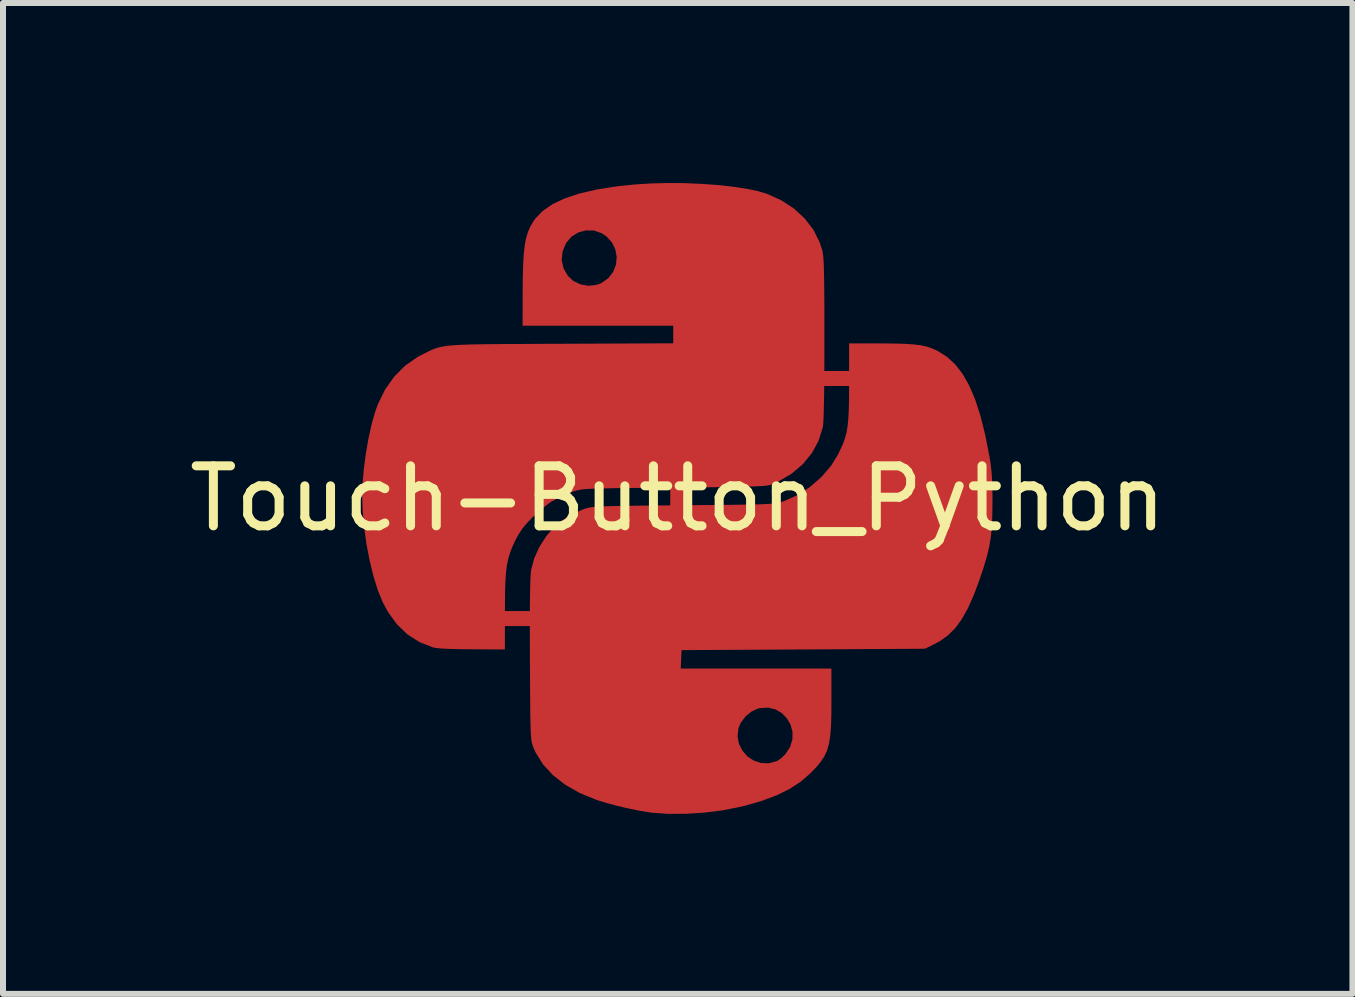
<source format=kicad_pcb>
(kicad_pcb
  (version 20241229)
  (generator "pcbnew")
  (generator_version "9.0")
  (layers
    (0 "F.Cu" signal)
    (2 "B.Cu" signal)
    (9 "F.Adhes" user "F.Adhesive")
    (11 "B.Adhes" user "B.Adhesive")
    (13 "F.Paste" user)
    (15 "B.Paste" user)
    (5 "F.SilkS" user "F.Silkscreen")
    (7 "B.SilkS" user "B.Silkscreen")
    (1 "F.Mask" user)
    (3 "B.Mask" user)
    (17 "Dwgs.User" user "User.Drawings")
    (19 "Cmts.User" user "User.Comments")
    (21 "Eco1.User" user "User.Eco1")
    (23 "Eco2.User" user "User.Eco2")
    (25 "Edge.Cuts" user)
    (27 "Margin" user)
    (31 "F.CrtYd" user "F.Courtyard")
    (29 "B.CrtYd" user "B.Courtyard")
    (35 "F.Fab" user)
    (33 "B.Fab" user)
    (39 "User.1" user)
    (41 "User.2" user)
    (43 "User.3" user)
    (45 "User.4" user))
  (footprint "Touch-Button_Python"
    (layer "F.Cu")
    (at 8.244 5.258)
    (property "Reference" "Touch-Button_Python" (at 0 0 0) (layer "F.SilkS") (effects (font (size 1 1) (thickness 0.15))))
    (attr exclude_from_pos_files exclude_from_bom)
    (fp_poly (pts (xy 0.111 -5.251) (xy 0.392 -5.239) (xy 0.663 -5.22) (xy 0.916 -5.192) (xy 1.145 -5.158) (xy 1.341 -5.117) (xy 1.484 -5.074) (xy 1.723 -4.966) (xy 1.935 -4.828) (xy 2.114 -4.662) (xy 2.258 -4.474) (xy 2.362 -4.265) (xy 2.403 -4.139) (xy 2.411 -4.102) (xy 2.418 -4.056) (xy 2.423 -3.996) (xy 2.428 -3.918) (xy 2.431 -3.819) (xy 2.434 -3.695) (xy 2.436 -3.541) (xy 2.438 -3.355) (xy 2.439 -3.132) (xy 2.439 -2.869) (xy 2.439 -2.658) (xy 2.439 -2.318) (xy 2.437 -2.022) (xy 2.435 -1.768) (xy 2.431 -1.56) (xy 2.427 -1.396) (xy 2.422 -1.277) (xy 2.416 -1.205) (xy 2.413 -1.191) (xy 2.344 -0.967) (xy 2.232 -0.761) (xy 2.083 -0.578) (xy 1.897 -0.42) (xy 1.679 -0.29) (xy 1.561 -0.238) (xy 1.537 -0.231) (xy 1.504 -0.224) (xy 1.459 -0.218) (xy 1.399 -0.213) (xy 1.319 -0.209) (xy 1.216 -0.205) (xy 1.088 -0.201) (xy 0.929 -0.198) (xy 0.738 -0.196) (xy 0.51 -0.193) (xy 0.242 -0.19) (xy -0.059 -0.187) (xy -0.363 -0.185) (xy -0.625 -0.182) (xy -0.847 -0.18) (xy -1.034 -0.178) (xy -1.188 -0.175) (xy -1.315 -0.172) (xy -1.416 -0.169) (xy -1.497 -0.165) (xy -1.561 -0.16) (xy -1.611 -0.154) (xy -1.652 -0.147) (xy -1.687 -0.139) (xy -1.719 -0.129) (xy -1.747 -0.12) (xy -1.946 -0.042) (xy -2.122 0.056) (xy -2.289 0.183) (xy -2.417 0.303) (xy -2.519 0.409) (xy -2.594 0.5) (xy -2.654 0.59) (xy -2.71 0.693) (xy -2.715 0.704) (xy -2.762 0.805) (xy -2.799 0.901) (xy -2.828 0.999) (xy -2.85 1.105) (xy -2.866 1.226) (xy -2.876 1.369) (xy -2.882 1.542) (xy -2.884 1.75) (xy -2.885 1.887) (xy -2.885 2.51) (xy -3.43 2.507) (xy -3.65 2.505) (xy -3.826 2.5) (xy -3.957 2.493) (xy -4.047 2.482) (xy -4.081 2.475) (xy -4.303 2.387) (xy -4.502 2.259) (xy -4.677 2.091) (xy -4.826 1.885) (xy -4.911 1.726) (xy -4.993 1.527) (xy -5.066 1.291) (xy -5.13 1.03) (xy -5.183 0.752) (xy -5.222 0.468) (xy -5.246 0.189) (xy -5.253 -0.04) (xy -5.246 -0.261) (xy -5.225 -0.502) (xy -5.192 -0.751) (xy -5.149 -0.997) (xy -5.098 -1.229) (xy -5.041 -1.433) (xy -4.994 -1.566) (xy -4.874 -1.811) (xy -4.722 -2.027) (xy -4.541 -2.209) (xy -4.334 -2.354) (xy -4.26 -2.393) (xy -4.2 -2.423) (xy -4.146 -2.45) (xy -4.096 -2.473) (xy -4.047 -2.493) (xy -3.994 -2.51) (xy -3.936 -2.524) (xy -3.867 -2.536) (xy -3.786 -2.545) (xy -3.688 -2.553) (xy -3.57 -2.558) (xy -3.428 -2.563) (xy -3.26 -2.566) (xy -3.061 -2.568) (xy -2.829 -2.57) (xy -2.559 -2.571) (xy -2.249 -2.573) (xy -1.941 -2.574) (xy -0.07 -2.582) (xy -0.07 -2.885) (xy -2.58 -2.885) (xy -2.579 -3.43) (xy -2.577 -3.683) (xy -2.571 -3.895) (xy -2.567 -3.973) (xy -1.939 -3.973) (xy -1.907 -3.834) (xy -1.837 -3.711) (xy -1.743 -3.622) (xy -1.624 -3.565) (xy -1.491 -3.541) (xy -1.358 -3.554) (xy -1.268 -3.587) (xy -1.152 -3.67) (xy -1.071 -3.776) (xy -1.024 -3.897) (xy -1.012 -4.026) (xy -1.035 -4.153) (xy -1.093 -4.272) (xy -1.185 -4.373) (xy -1.266 -4.427) (xy -1.395 -4.471) (xy -1.529 -4.474) (xy -1.658 -4.439) (xy -1.772 -4.369) (xy -1.86 -4.267) (xy -1.864 -4.261) (xy -1.924 -4.117) (xy -1.939 -3.973) (xy -2.567 -3.973) (xy -2.561 -4.071) (xy -2.545 -4.217) (xy -2.522 -4.338) (xy -2.491 -4.441) (xy -2.452 -4.531) (xy -2.404 -4.613) (xy -2.37 -4.661) (xy -2.248 -4.788) (xy -2.087 -4.9) (xy -1.884 -4.996) (xy -1.639 -5.078) (xy -1.352 -5.144) (xy -1.021 -5.197) (xy -0.715 -5.229) (xy -0.45 -5.246) (xy -0.172 -5.253) (xy 0.111 -5.251)) (stroke (width 0.01) (type solid)) (fill yes) (layer "F.Mask"))
    (fp_poly (pts (xy 3.395 -2.58) (xy 3.609 -2.578) (xy 3.783 -2.573) (xy 3.924 -2.564) (xy 4.04 -2.55) (xy 4.138 -2.53) (xy 4.224 -2.502) (xy 4.306 -2.467) (xy 4.333 -2.453) (xy 4.485 -2.357) (xy 4.621 -2.232) (xy 4.744 -2.073) (xy 4.853 -1.881) (xy 4.951 -1.651) (xy 5.039 -1.381) (xy 5.117 -1.07) (xy 5.187 -0.715) (xy 5.189 -0.704) (xy 5.209 -0.583) (xy 5.222 -0.468) (xy 5.232 -0.348) (xy 5.237 -0.211) (xy 5.24 -0.046) (xy 5.24 0.07) (xy 5.237 0.292) (xy 5.229 0.48) (xy 5.212 0.647) (xy 5.185 0.806) (xy 5.146 0.969) (xy 5.092 1.15) (xy 5.029 1.339) (xy 4.931 1.603) (xy 4.832 1.825) (xy 4.729 2.009) (xy 4.619 2.159) (xy 4.499 2.278) (xy 4.366 2.372) (xy 4.298 2.409) (xy 4.119 2.498) (xy 2.089 2.51) (xy 0.059 2.521) (xy 0.045 2.838) (xy 2.556 2.838) (xy 2.556 3.384) (xy 2.555 3.613) (xy 2.549 3.802) (xy 2.536 3.958) (xy 2.515 4.087) (xy 2.484 4.196) (xy 2.44 4.292) (xy 2.381 4.382) (xy 2.307 4.472) (xy 2.214 4.568) (xy 2.207 4.575) (xy 2.048 4.713) (xy 1.864 4.834) (xy 1.651 4.939) (xy 1.404 5.032) (xy 1.117 5.115) (xy 1.023 5.137) (xy 0.739 5.192) (xy 0.435 5.23) (xy 0.127 5.249) (xy -0.17 5.249) (xy -0.441 5.229) (xy -0.457 5.227) (xy -0.618 5.201) (xy -0.805 5.163) (xy -1 5.118) (xy -1.185 5.069) (xy -1.343 5.02) (xy -1.358 5.015) (xy -1.634 4.901) (xy -1.874 4.764) (xy -2.077 4.605) (xy -2.241 4.427) (xy -2.363 4.231) (xy -2.397 4.157) (xy -2.408 4.127) (xy -2.418 4.099) (xy -2.426 4.067) (xy -2.433 4.028) (xy -2.438 3.978) (xy -2.44 3.961) (xy 0.992 3.961) (xy 1.016 4.09) (xy 1.074 4.205) (xy 1.159 4.301) (xy 1.264 4.371) (xy 1.385 4.412) (xy 1.514 4.417) (xy 1.645 4.383) (xy 1.668 4.372) (xy 1.722 4.335) (xy 1.782 4.279) (xy 1.8 4.26) (xy 1.878 4.141) (xy 1.916 4.015) (xy 1.918 3.888) (xy 1.886 3.769) (xy 1.825 3.661) (xy 1.74 3.573) (xy 1.633 3.51) (xy 1.508 3.479) (xy 1.371 3.487) (xy 1.336 3.495) (xy 1.227 3.545) (xy 1.125 3.629) (xy 1.047 3.733) (xy 1.008 3.823) (xy 0.992 3.961) (xy -2.44 3.961) (xy -2.443 3.913) (xy -2.447 3.829) (xy -2.449 3.722) (xy -2.452 3.588) (xy -2.453 3.423) (xy -2.455 3.223) (xy -2.456 2.984) (xy -2.458 2.703) (xy -2.458 2.685) (xy -2.459 2.351) (xy -2.459 2.062) (xy -2.459 1.817) (xy -2.456 1.613) (xy -2.453 1.45) (xy -2.449 1.324) (xy -2.443 1.235) (xy -2.438 1.188) (xy -2.387 0.999) (xy -2.3 0.807) (xy -2.186 0.629) (xy -2.077 0.503) (xy -1.93 0.374) (xy -1.772 0.273) (xy -1.587 0.19) (xy -1.56 0.18) (xy -1.53 0.17) (xy -1.5 0.161) (xy -1.466 0.154) (xy -1.424 0.148) (xy -1.37 0.142) (xy -1.301 0.138) (xy -1.213 0.134) (xy -1.102 0.131) (xy -0.965 0.128) (xy -0.797 0.126) (xy -0.596 0.123) (xy -0.358 0.121) (xy -0.078 0.118) (xy 0.094 0.117) (xy 0.398 0.114) (xy 0.658 0.112) (xy 0.88 0.11) (xy 1.065 0.107) (xy 1.219 0.105) (xy 1.344 0.102) (xy 1.444 0.098) (xy 1.524 0.094) (xy 1.587 0.089) (xy 1.636 0.084) (xy 1.675 0.077) (xy 1.709 0.069) (xy 1.74 0.059) (xy 1.759 0.053) (xy 1.986 -0.047) (xy 2.201 -0.184) (xy 2.394 -0.351) (xy 2.558 -0.541) (xy 2.669 -0.72) (xy 2.721 -0.825) (xy 2.763 -0.921) (xy 2.796 -1.015) (xy 2.821 -1.114) (xy 2.838 -1.225) (xy 2.85 -1.355) (xy 2.857 -1.511) (xy 2.86 -1.701) (xy 2.861 -1.927) (xy 2.861 -2.58) (xy 3.395 -2.58)) (stroke (width 0.01) (type solid)) (fill yes) (layer "F.Mask"))
    (pad "1" smd custom (at 0 -1.5) (size 1.524 1.524) (layers "F.Cu") (options (anchor circle)) (primitives (gr_line (start 0 1) (end 0 2) (width 0.25)) (gr_line (start 2 -0.5) (end 3 -0.5) (width 0.25)) (gr_poly (pts (xy 0.111 -3.751) (xy 0.392 -3.739) (xy 0.663 -3.72) (xy 0.916 -3.692) (xy 1.145 -3.658) (xy 1.341 -3.617) (xy 1.484 -3.574) (xy 1.723 -3.466) (xy 1.935 -3.328) (xy 2.114 -3.162) (xy 2.258 -2.974) (xy 2.362 -2.765) (xy 2.403 -2.639) (xy 2.411 -2.602) (xy 2.418 -2.556) (xy 2.423 -2.496) (xy 2.428 -2.418) (xy 2.431 -2.319) (xy 2.434 -2.195) (xy 2.436 -2.041) (xy 2.438 -1.855) (xy 2.439 -1.632) (xy 2.439 -1.369) (xy 2.439 -1.158) (xy 2.439 -0.818) (xy 2.437 -0.522) (xy 2.435 -0.268) (xy 2.431 -0.06) (xy 2.427 0.104) (xy 2.422 0.223) (xy 2.416 0.295) (xy 2.413 0.309) (xy 2.344 0.533) (xy 2.232 0.739) (xy 2.083 0.922) (xy 1.897 1.08) (xy 1.679 1.21) (xy 1.561 1.262) (xy 1.537 1.269) (xy 1.504 1.276) (xy 1.459 1.282) (xy 1.399 1.287) (xy 1.319 1.291) (xy 1.216 1.295) (xy 1.088 1.299) (xy 0.929 1.302) (xy 0.738 1.304) (xy 0.51 1.307) (xy 0.242 1.31) (xy -0.059 1.313) (xy -0.363 1.315) (xy -0.625 1.318) (xy -0.847 1.32) (xy -1.034 1.322) (xy -1.188 1.325) (xy -1.315 1.328) (xy -1.416 1.331) (xy -1.497 1.335) (xy -1.561 1.34) (xy -1.611 1.346) (xy -1.652 1.353) (xy -1.687 1.361) (xy -1.719 1.371) (xy -1.747 1.38) (xy -1.946 1.458) (xy -2.122 1.556) (xy -2.289 1.683) (xy -2.417 1.803) (xy -2.519 1.909) (xy -2.594 2) (xy -2.654 2.09) (xy -2.71 2.193) (xy -2.715 2.204) (xy -2.762 2.305) (xy -2.799 2.401) (xy -2.828 2.499) (xy -2.85 2.605) (xy -2.866 2.726) (xy -2.876 2.869) (xy -2.882 3.042) (xy -2.884 3.25) (xy -2.885 3.387) (xy -2.885 4.01) (xy -3.43 4.007) (xy -3.65 4.005) (xy -3.826 4) (xy -3.957 3.993) (xy -4.047 3.982) (xy -4.081 3.975) (xy -4.303 3.887) (xy -4.502 3.759) (xy -4.677 3.591) (xy -4.826 3.385) (xy -4.911 3.226) (xy -4.993 3.027) (xy -5.066 2.791) (xy -5.13 2.53) (xy -5.183 2.252) (xy -5.222 1.968) (xy -5.246 1.689) (xy -5.253 1.46) (xy -5.246 1.239) (xy -5.225 0.998) (xy -5.192 0.749) (xy -5.149 0.503) (xy -5.098 0.271) (xy -5.041 0.067) (xy -4.994 -0.066) (xy -4.874 -0.311) (xy -4.722 -0.527) (xy -4.541 -0.709) (xy -4.334 -0.854) (xy -4.26 -0.893) (xy -4.2 -0.923) (xy -4.146 -0.95) (xy -4.096 -0.973) (xy -4.047 -0.993) (xy -3.994 -1.01) (xy -3.936 -1.024) (xy -3.867 -1.036) (xy -3.786 -1.045) (xy -3.688 -1.053) (xy -3.57 -1.058) (xy -3.428 -1.063) (xy -3.26 -1.066) (xy -3.061 -1.068) (xy -2.829 -1.07) (xy -2.559 -1.071) (xy -2.249 -1.073) (xy -1.941 -1.074) (xy -0.07 -1.082) (xy -0.07 -1.385) (xy -2.58 -1.385) (xy -2.579 -1.93) (xy -2.577 -2.183) (xy -2.571 -2.395) (xy -2.567 -2.473) (xy -1.939 -2.473) (xy -1.907 -2.334) (xy -1.837 -2.211) (xy -1.743 -2.122) (xy -1.624 -2.065) (xy -1.491 -2.041) (xy -1.358 -2.054) (xy -1.268 -2.087) (xy -1.152 -2.17) (xy -1.071 -2.276) (xy -1.024 -2.397) (xy -1.012 -2.526) (xy -1.035 -2.653) (xy -1.093 -2.772) (xy -1.185 -2.873) (xy -1.266 -2.927) (xy -1.395 -2.971) (xy -1.529 -2.974) (xy -1.658 -2.939) (xy -1.772 -2.869) (xy -1.86 -2.767) (xy -1.864 -2.761) (xy -1.924 -2.617) (xy -1.939 -2.473) (xy -2.567 -2.473) (xy -2.561 -2.571) (xy -2.545 -2.717) (xy -2.522 -2.838) (xy -2.491 -2.941) (xy -2.452 -3.031) (xy -2.404 -3.113) (xy -2.37 -3.161) (xy -2.248 -3.288) (xy -2.087 -3.4) (xy -1.884 -3.496) (xy -1.639 -3.578) (xy -1.352 -3.644) (xy -1.021 -3.697) (xy -0.715 -3.729) (xy -0.45 -3.746) (xy -0.172 -3.753) (xy 0.111 -3.751)) (width 0.01) (fill yes)) (gr_poly (pts (xy 3.395 -1.08) (xy 3.609 -1.078) (xy 3.783 -1.073) (xy 3.924 -1.064) (xy 4.04 -1.05) (xy 4.138 -1.03) (xy 4.224 -1.002) (xy 4.306 -0.967) (xy 4.333 -0.953) (xy 4.485 -0.857) (xy 4.621 -0.732) (xy 4.744 -0.573) (xy 4.853 -0.381) (xy 4.951 -0.151) (xy 5.039 0.119) (xy 5.117 0.43) (xy 5.187 0.785) (xy 5.189 0.796) (xy 5.209 0.917) (xy 5.222 1.032) (xy 5.232 1.152) (xy 5.237 1.289) (xy 5.24 1.454) (xy 5.24 1.57) (xy 5.237 1.792) (xy 5.229 1.98) (xy 5.212 2.147) (xy 5.185 2.306) (xy 5.146 2.469) (xy 5.092 2.65) (xy 5.029 2.839) (xy 4.931 3.103) (xy 4.832 3.325) (xy 4.729 3.509) (xy 4.619 3.659) (xy 4.499 3.778) (xy 4.366 3.872) (xy 4.298 3.909) (xy 4.119 3.998) (xy 2.089 4.01) (xy 0.059 4.021) (xy 0.045 4.338) (xy 2.556 4.338) (xy 2.556 4.884) (xy 2.555 5.113) (xy 2.549 5.302) (xy 2.536 5.458) (xy 2.515 5.587) (xy 2.484 5.696) (xy 2.44 5.792) (xy 2.381 5.882) (xy 2.307 5.972) (xy 2.214 6.068) (xy 2.207 6.075) (xy 2.048 6.213) (xy 1.864 6.334) (xy 1.651 6.439) (xy 1.404 6.532) (xy 1.117 6.615) (xy 1.023 6.637) (xy 0.739 6.692) (xy 0.435 6.73) (xy 0.127 6.749) (xy -0.17 6.749) (xy -0.441 6.729) (xy -0.457 6.727) (xy -0.618 6.701) (xy -0.805 6.663) (xy -1 6.618) (xy -1.185 6.569) (xy -1.343 6.52) (xy -1.358 6.515) (xy -1.634 6.401) (xy -1.874 6.264) (xy -2.077 6.105) (xy -2.241 5.927) (xy -2.363 5.731) (xy -2.397 5.657) (xy -2.408 5.627) (xy -2.418 5.599) (xy -2.426 5.567) (xy -2.433 5.528) (xy -2.438 5.478) (xy -2.44 5.461) (xy 0.992 5.461) (xy 1.016 5.59) (xy 1.074 5.705) (xy 1.159 5.801) (xy 1.264 5.871) (xy 1.385 5.912) (xy 1.514 5.917) (xy 1.645 5.883) (xy 1.668 5.872) (xy 1.722 5.835) (xy 1.782 5.779) (xy 1.8 5.76) (xy 1.878 5.641) (xy 1.916 5.515) (xy 1.918 5.388) (xy 1.886 5.269) (xy 1.825 5.161) (xy 1.74 5.073) (xy 1.633 5.01) (xy 1.508 4.979) (xy 1.371 4.987) (xy 1.336 4.995) (xy 1.227 5.045) (xy 1.125 5.129) (xy 1.047 5.233) (xy 1.008 5.323) (xy 0.992 5.461) (xy -2.44 5.461) (xy -2.443 5.413) (xy -2.447 5.329) (xy -2.449 5.222) (xy -2.452 5.088) (xy -2.453 4.923) (xy -2.455 4.723) (xy -2.456 4.484) (xy -2.458 4.203) (xy -2.458 4.185) (xy -2.459 3.851) (xy -2.459 3.562) (xy -2.459 3.317) (xy -2.456 3.113) (xy -2.453 2.95) (xy -2.449 2.824) (xy -2.443 2.735) (xy -2.438 2.688) (xy -2.387 2.499) (xy -2.3 2.307) (xy -2.186 2.129) (xy -2.077 2.003) (xy -1.93 1.874) (xy -1.772 1.773) (xy -1.587 1.69) (xy -1.56 1.68) (xy -1.53 1.67) (xy -1.5 1.661) (xy -1.466 1.654) (xy -1.424 1.648) (xy -1.37 1.642) (xy -1.301 1.638) (xy -1.213 1.634) (xy -1.102 1.631) (xy -0.965 1.628) (xy -0.797 1.626) (xy -0.596 1.623) (xy -0.358 1.621) (xy -0.078 1.618) (xy 0.094 1.617) (xy 0.398 1.614) (xy 0.658 1.612) (xy 0.88 1.61) (xy 1.065 1.607) (xy 1.219 1.605) (xy 1.344 1.602) (xy 1.444 1.598) (xy 1.524 1.594) (xy 1.587 1.589) (xy 1.636 1.584) (xy 1.675 1.577) (xy 1.709 1.569) (xy 1.74 1.559) (xy 1.759 1.553) (xy 1.986 1.453) (xy 2.201 1.316) (xy 2.394 1.149) (xy 2.558 0.959) (xy 2.669 0.78) (xy 2.721 0.675) (xy 2.763 0.579) (xy 2.796 0.485) (xy 2.821 0.386) (xy 2.838 0.275) (xy 2.85 0.145) (xy 2.857 -0.011) (xy 2.86 -0.201) (xy 2.861 -0.427) (xy 2.861 -1.08) (xy 3.395 -1.08)) (width 0.01) (fill yes)) (gr_line (start -3.5 3.5) (end -2 3.5) (width 0.25)))))
  (gr_rect
    (start -3 -3)
    (end 19.488 13.512)
    (stroke (width 0.1) (type default))
    (fill no)
    (layer "Edge.Cuts")))
</source>
